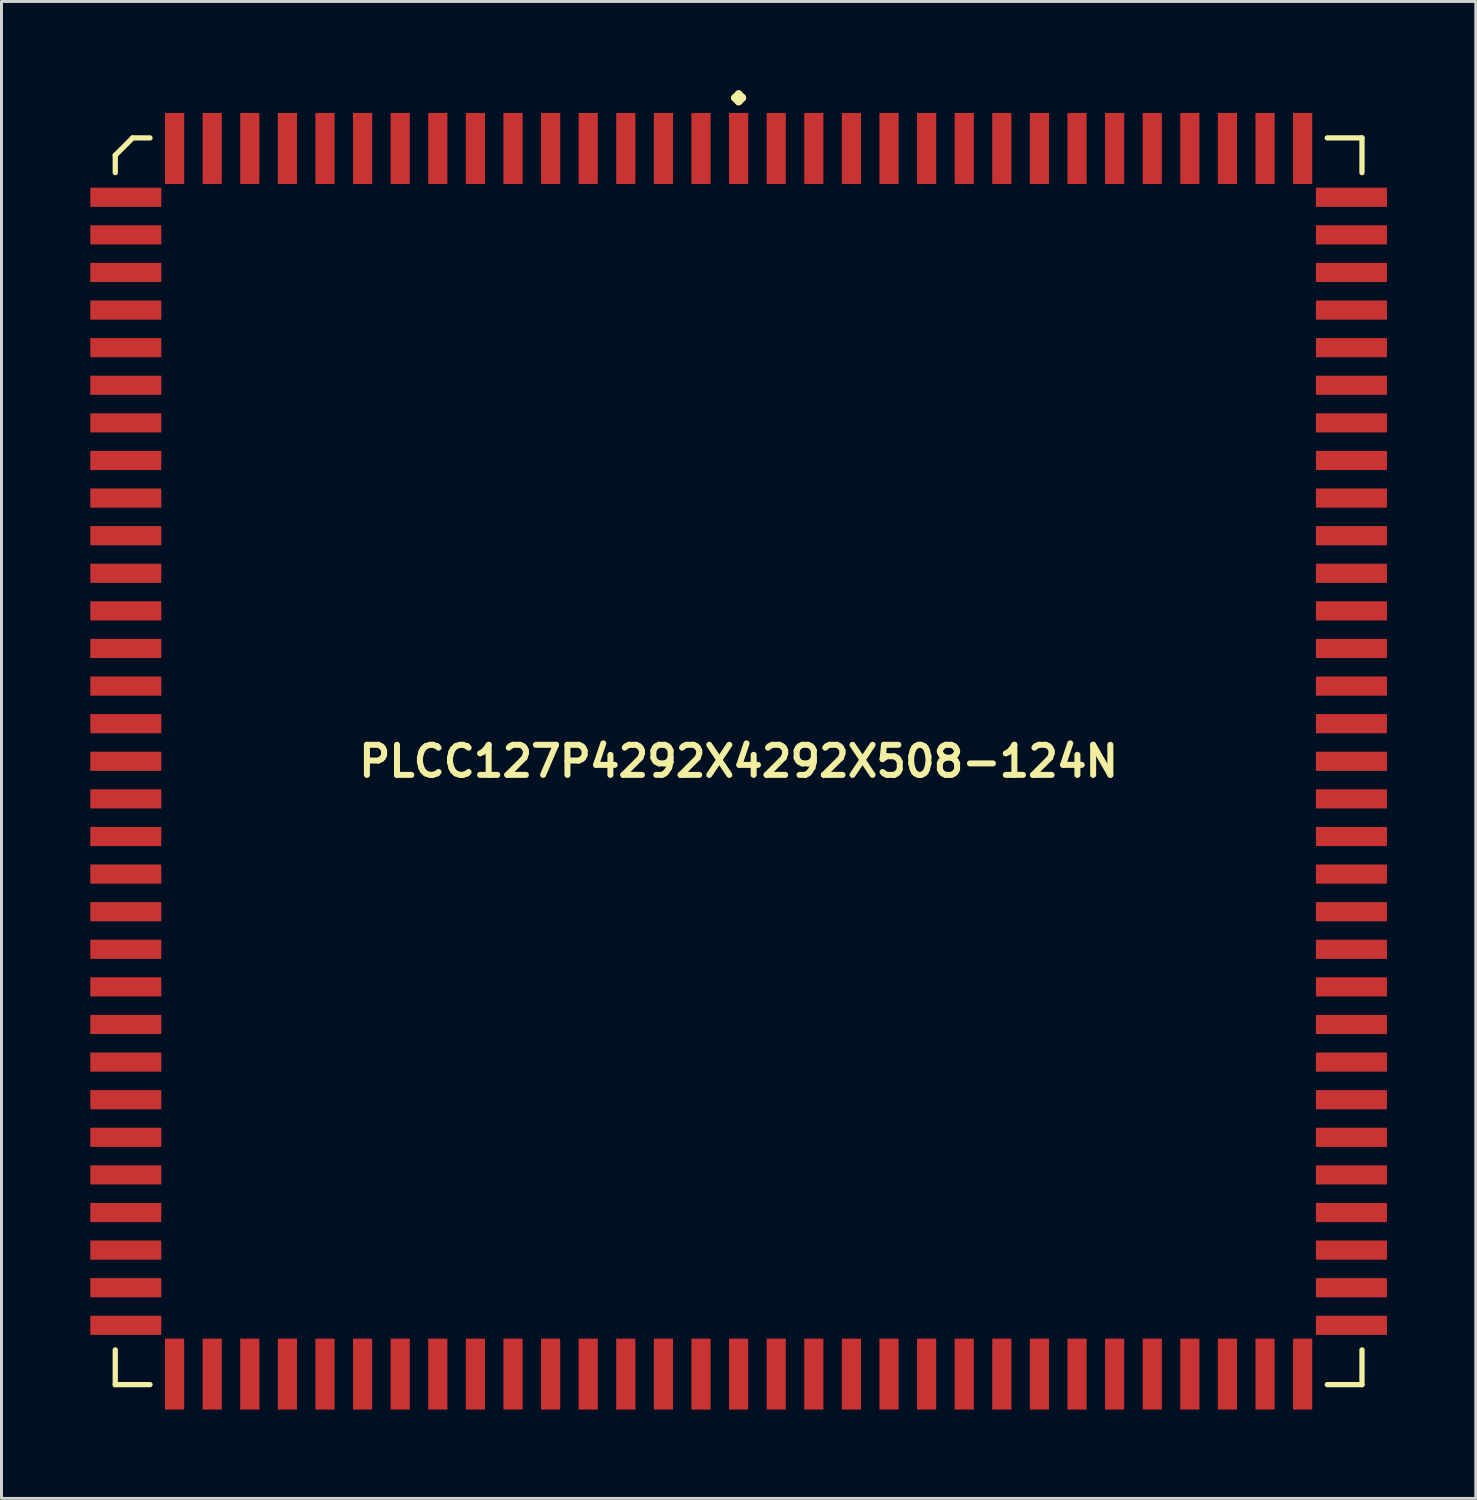
<source format=kicad_pcb>
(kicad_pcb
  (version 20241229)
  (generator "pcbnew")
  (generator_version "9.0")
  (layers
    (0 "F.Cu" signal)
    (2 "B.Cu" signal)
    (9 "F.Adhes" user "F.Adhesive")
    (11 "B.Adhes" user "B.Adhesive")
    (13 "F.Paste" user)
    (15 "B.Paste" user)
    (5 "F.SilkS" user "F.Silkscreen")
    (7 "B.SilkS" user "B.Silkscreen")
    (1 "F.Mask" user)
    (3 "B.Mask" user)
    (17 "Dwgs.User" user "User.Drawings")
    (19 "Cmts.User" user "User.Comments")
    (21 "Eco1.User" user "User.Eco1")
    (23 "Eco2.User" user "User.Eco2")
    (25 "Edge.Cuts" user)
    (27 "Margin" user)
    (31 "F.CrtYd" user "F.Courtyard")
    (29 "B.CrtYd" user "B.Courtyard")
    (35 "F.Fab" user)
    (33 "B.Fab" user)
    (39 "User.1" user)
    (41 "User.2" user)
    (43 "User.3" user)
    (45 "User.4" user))
  (footprint "PLCC127P4292X4292X508-124N"
    (layer "F.Cu")
    (at 21.897 22.662)
    (property "Reference" "PLCC127P4292X4292X508-124N" (at 0 0 0) (layer "F.SilkS") (effects (font (size 1.016 1.016) (thickness 0.203))))
    (attr smd)
    (fp_line (start -21.054 -20.467) (end -20.467 -21.054) (stroke (width 0.178) (type solid)) (layer "F.SilkS"))
    (fp_line (start -21.054 -19.881) (end -21.054 -20.467) (stroke (width 0.178) (type solid)) (layer "F.SilkS"))
    (fp_line (start -21.054 19.881) (end -21.054 21.054) (stroke (width 0.178) (type solid)) (layer "F.SilkS"))
    (fp_line (start -21.054 21.054) (end -19.881 21.054) (stroke (width 0.178) (type solid)) (layer "F.SilkS"))
    (fp_line (start -20.467 -21.054) (end -19.881 -21.054) (stroke (width 0.178) (type solid)) (layer "F.SilkS"))
    (fp_line (start -0.127 -22.408) (end 0 -22.535) (stroke (width 0.254) (type solid)) (layer "F.SilkS"))
    (fp_line (start 0 -22.535) (end 0.127 -22.408) (stroke (width 0.254) (type solid)) (layer "F.SilkS"))
    (fp_line (start 0 -22.281) (end -0.127 -22.408) (stroke (width 0.254) (type solid)) (layer "F.SilkS"))
    (fp_line (start 0.127 -22.408) (end 0 -22.281) (stroke (width 0.254) (type solid)) (layer "F.SilkS"))
    (fp_line (start 21.054 -21.054) (end 19.881 -21.054) (stroke (width 0.178) (type solid)) (layer "F.SilkS"))
    (fp_line (start 21.054 -19.881) (end 21.054 -21.054) (stroke (width 0.178) (type solid)) (layer "F.SilkS"))
    (fp_line (start 21.054 19.881) (end 21.054 21.054) (stroke (width 0.178) (type solid)) (layer "F.SilkS"))
    (fp_line (start 21.054 21.054) (end 19.881 21.054) (stroke (width 0.178) (type solid)) (layer "F.SilkS"))
    (pad "1" smd rect (at 0 -20.698) (size 0.648 2.398) (layers "F.Cu" "F.Mask" "F.Paste"))
    (pad "2" smd rect (at -1.27 -20.698) (size 0.648 2.398) (layers "F.Cu" "F.Mask" "F.Paste"))
    (pad "3" smd rect (at -2.54 -20.698) (size 0.648 2.398) (layers "F.Cu" "F.Mask" "F.Paste"))
    (pad "4" smd rect (at -3.81 -20.698) (size 0.648 2.398) (layers "F.Cu" "F.Mask" "F.Paste"))
    (pad "5" smd rect (at -5.08 -20.698) (size 0.648 2.398) (layers "F.Cu" "F.Mask" "F.Paste"))
    (pad "6" smd rect (at -6.35 -20.698) (size 0.648 2.398) (layers "F.Cu" "F.Mask" "F.Paste"))
    (pad "7" smd rect (at -7.62 -20.698) (size 0.648 2.398) (layers "F.Cu" "F.Mask" "F.Paste"))
    (pad "8" smd rect (at -8.89 -20.698) (size 0.648 2.398) (layers "F.Cu" "F.Mask" "F.Paste"))
    (pad "9" smd rect (at -10.16 -20.698) (size 0.648 2.398) (layers "F.Cu" "F.Mask" "F.Paste"))
    (pad "10" smd rect (at -11.43 -20.698) (size 0.648 2.398) (layers "F.Cu" "F.Mask" "F.Paste"))
    (pad "11" smd rect (at -12.7 -20.698) (size 0.648 2.398) (layers "F.Cu" "F.Mask" "F.Paste"))
    (pad "12" smd rect (at -13.97 -20.698) (size 0.648 2.398) (layers "F.Cu" "F.Mask" "F.Paste"))
    (pad "13" smd rect (at -15.24 -20.698) (size 0.648 2.398) (layers "F.Cu" "F.Mask" "F.Paste"))
    (pad "14" smd rect (at -16.51 -20.698) (size 0.648 2.398) (layers "F.Cu" "F.Mask" "F.Paste"))
    (pad "15" smd rect (at -17.78 -20.698) (size 0.648 2.398) (layers "F.Cu" "F.Mask" "F.Paste"))
    (pad "16" smd rect (at -19.05 -20.698) (size 0.648 2.398) (layers "F.Cu" "F.Mask" "F.Paste"))
    (pad "17" smd rect (at -20.698 -19.05) (size 2.398 0.648) (layers "F.Cu" "F.Mask" "F.Paste"))
    (pad "18" smd rect (at -20.698 -17.78) (size 2.398 0.648) (layers "F.Cu" "F.Mask" "F.Paste"))
    (pad "19" smd rect (at -20.698 -16.51) (size 2.398 0.648) (layers "F.Cu" "F.Mask" "F.Paste"))
    (pad "20" smd rect (at -20.698 -15.24) (size 2.398 0.648) (layers "F.Cu" "F.Mask" "F.Paste"))
    (pad "21" smd rect (at -20.698 -13.97) (size 2.398 0.648) (layers "F.Cu" "F.Mask" "F.Paste"))
    (pad "22" smd rect (at -20.698 -12.7) (size 2.398 0.648) (layers "F.Cu" "F.Mask" "F.Paste"))
    (pad "23" smd rect (at -20.698 -11.43) (size 2.398 0.648) (layers "F.Cu" "F.Mask" "F.Paste"))
    (pad "24" smd rect (at -20.698 -10.16) (size 2.398 0.648) (layers "F.Cu" "F.Mask" "F.Paste"))
    (pad "25" smd rect (at -20.698 -8.89) (size 2.398 0.648) (layers "F.Cu" "F.Mask" "F.Paste"))
    (pad "26" smd rect (at -20.698 -7.62) (size 2.398 0.648) (layers "F.Cu" "F.Mask" "F.Paste"))
    (pad "27" smd rect (at -20.698 -6.35) (size 2.398 0.648) (layers "F.Cu" "F.Mask" "F.Paste"))
    (pad "28" smd rect (at -20.698 -5.08) (size 2.398 0.648) (layers "F.Cu" "F.Mask" "F.Paste"))
    (pad "29" smd rect (at -20.698 -3.81) (size 2.398 0.648) (layers "F.Cu" "F.Mask" "F.Paste"))
    (pad "30" smd rect (at -20.698 -2.54) (size 2.398 0.648) (layers "F.Cu" "F.Mask" "F.Paste"))
    (pad "31" smd rect (at -20.698 -1.27) (size 2.398 0.648) (layers "F.Cu" "F.Mask" "F.Paste"))
    (pad "32" smd rect (at -20.698 0) (size 2.398 0.648) (layers "F.Cu" "F.Mask" "F.Paste"))
    (pad "33" smd rect (at -20.698 1.27) (size 2.398 0.648) (layers "F.Cu" "F.Mask" "F.Paste"))
    (pad "34" smd rect (at -20.698 2.54) (size 2.398 0.648) (layers "F.Cu" "F.Mask" "F.Paste"))
    (pad "35" smd rect (at -20.698 3.81) (size 2.398 0.648) (layers "F.Cu" "F.Mask" "F.Paste"))
    (pad "36" smd rect (at -20.698 5.08) (size 2.398 0.648) (layers "F.Cu" "F.Mask" "F.Paste"))
    (pad "37" smd rect (at -20.698 6.35) (size 2.398 0.648) (layers "F.Cu" "F.Mask" "F.Paste"))
    (pad "38" smd rect (at -20.698 7.62) (size 2.398 0.648) (layers "F.Cu" "F.Mask" "F.Paste"))
    (pad "39" smd rect (at -20.698 8.89) (size 2.398 0.648) (layers "F.Cu" "F.Mask" "F.Paste"))
    (pad "40" smd rect (at -20.698 10.16) (size 2.398 0.648) (layers "F.Cu" "F.Mask" "F.Paste"))
    (pad "41" smd rect (at -20.698 11.43) (size 2.398 0.648) (layers "F.Cu" "F.Mask" "F.Paste"))
    (pad "42" smd rect (at -20.698 12.7) (size 2.398 0.648) (layers "F.Cu" "F.Mask" "F.Paste"))
    (pad "43" smd rect (at -20.698 13.97) (size 2.398 0.648) (layers "F.Cu" "F.Mask" "F.Paste"))
    (pad "44" smd rect (at -20.698 15.24) (size 2.398 0.648) (layers "F.Cu" "F.Mask" "F.Paste"))
    (pad "45" smd rect (at -20.698 16.51) (size 2.398 0.648) (layers "F.Cu" "F.Mask" "F.Paste"))
    (pad "46" smd rect (at -20.698 17.78) (size 2.398 0.648) (layers "F.Cu" "F.Mask" "F.Paste"))
    (pad "47" smd rect (at -20.698 19.05) (size 2.398 0.648) (layers "F.Cu" "F.Mask" "F.Paste"))
    (pad "48" smd rect (at -19.05 20.698) (size 0.648 2.398) (layers "F.Cu" "F.Mask" "F.Paste"))
    (pad "49" smd rect (at -17.78 20.698) (size 0.648 2.398) (layers "F.Cu" "F.Mask" "F.Paste"))
    (pad "50" smd rect (at -16.51 20.698) (size 0.648 2.398) (layers "F.Cu" "F.Mask" "F.Paste"))
    (pad "51" smd rect (at -15.24 20.698) (size 0.648 2.398) (layers "F.Cu" "F.Mask" "F.Paste"))
    (pad "52" smd rect (at -13.97 20.698) (size 0.648 2.398) (layers "F.Cu" "F.Mask" "F.Paste"))
    (pad "53" smd rect (at -12.7 20.698) (size 0.648 2.398) (layers "F.Cu" "F.Mask" "F.Paste"))
    (pad "54" smd rect (at -11.43 20.698) (size 0.648 2.398) (layers "F.Cu" "F.Mask" "F.Paste"))
    (pad "55" smd rect (at -10.16 20.698) (size 0.648 2.398) (layers "F.Cu" "F.Mask" "F.Paste"))
    (pad "56" smd rect (at -8.89 20.698) (size 0.648 2.398) (layers "F.Cu" "F.Mask" "F.Paste"))
    (pad "57" smd rect (at -7.62 20.698) (size 0.648 2.398) (layers "F.Cu" "F.Mask" "F.Paste"))
    (pad "58" smd rect (at -6.35 20.698) (size 0.648 2.398) (layers "F.Cu" "F.Mask" "F.Paste"))
    (pad "59" smd rect (at -5.08 20.698) (size 0.648 2.398) (layers "F.Cu" "F.Mask" "F.Paste"))
    (pad "60" smd rect (at -3.81 20.698) (size 0.648 2.398) (layers "F.Cu" "F.Mask" "F.Paste"))
    (pad "61" smd rect (at -2.54 20.698) (size 0.648 2.398) (layers "F.Cu" "F.Mask" "F.Paste"))
    (pad "62" smd rect (at -1.27 20.698) (size 0.648 2.398) (layers "F.Cu" "F.Mask" "F.Paste"))
    (pad "63" smd rect (at 0 20.698) (size 0.648 2.398) (layers "F.Cu" "F.Mask" "F.Paste"))
    (pad "64" smd rect (at 1.27 20.698) (size 0.648 2.398) (layers "F.Cu" "F.Mask" "F.Paste"))
    (pad "65" smd rect (at 2.54 20.698) (size 0.648 2.398) (layers "F.Cu" "F.Mask" "F.Paste"))
    (pad "66" smd rect (at 3.81 20.698) (size 0.648 2.398) (layers "F.Cu" "F.Mask" "F.Paste"))
    (pad "67" smd rect (at 5.08 20.698) (size 0.648 2.398) (layers "F.Cu" "F.Mask" "F.Paste"))
    (pad "68" smd rect (at 6.35 20.698) (size 0.648 2.398) (layers "F.Cu" "F.Mask" "F.Paste"))
    (pad "69" smd rect (at 7.62 20.698) (size 0.648 2.398) (layers "F.Cu" "F.Mask" "F.Paste"))
    (pad "70" smd rect (at 8.89 20.698) (size 0.648 2.398) (layers "F.Cu" "F.Mask" "F.Paste"))
    (pad "71" smd rect (at 10.16 20.698) (size 0.648 2.398) (layers "F.Cu" "F.Mask" "F.Paste"))
    (pad "72" smd rect (at 11.43 20.698) (size 0.648 2.398) (layers "F.Cu" "F.Mask" "F.Paste"))
    (pad "73" smd rect (at 12.7 20.698) (size 0.648 2.398) (layers "F.Cu" "F.Mask" "F.Paste"))
    (pad "74" smd rect (at 13.97 20.698) (size 0.648 2.398) (layers "F.Cu" "F.Mask" "F.Paste"))
    (pad "75" smd rect (at 15.24 20.698) (size 0.648 2.398) (layers "F.Cu" "F.Mask" "F.Paste"))
    (pad "76" smd rect (at 16.51 20.698) (size 0.648 2.398) (layers "F.Cu" "F.Mask" "F.Paste"))
    (pad "77" smd rect (at 17.78 20.698) (size 0.648 2.398) (layers "F.Cu" "F.Mask" "F.Paste"))
    (pad "78" smd rect (at 19.05 20.698) (size 0.648 2.398) (layers "F.Cu" "F.Mask" "F.Paste"))
    (pad "79" smd rect (at 20.698 19.05) (size 2.398 0.648) (layers "F.Cu" "F.Mask" "F.Paste"))
    (pad "80" smd rect (at 20.698 17.78) (size 2.398 0.648) (layers "F.Cu" "F.Mask" "F.Paste"))
    (pad "81" smd rect (at 20.698 16.51) (size 2.398 0.648) (layers "F.Cu" "F.Mask" "F.Paste"))
    (pad "82" smd rect (at 20.698 15.24) (size 2.398 0.648) (layers "F.Cu" "F.Mask" "F.Paste"))
    (pad "83" smd rect (at 20.698 13.97) (size 2.398 0.648) (layers "F.Cu" "F.Mask" "F.Paste"))
    (pad "84" smd rect (at 20.698 12.7) (size 2.398 0.648) (layers "F.Cu" "F.Mask" "F.Paste"))
    (pad "85" smd rect (at 20.698 11.43) (size 2.398 0.648) (layers "F.Cu" "F.Mask" "F.Paste"))
    (pad "86" smd rect (at 20.698 10.16) (size 2.398 0.648) (layers "F.Cu" "F.Mask" "F.Paste"))
    (pad "87" smd rect (at 20.698 8.89) (size 2.398 0.648) (layers "F.Cu" "F.Mask" "F.Paste"))
    (pad "88" smd rect (at 20.698 7.62) (size 2.398 0.648) (layers "F.Cu" "F.Mask" "F.Paste"))
    (pad "89" smd rect (at 20.698 6.35) (size 2.398 0.648) (layers "F.Cu" "F.Mask" "F.Paste"))
    (pad "90" smd rect (at 20.698 5.08) (size 2.398 0.648) (layers "F.Cu" "F.Mask" "F.Paste"))
    (pad "91" smd rect (at 20.698 3.81) (size 2.398 0.648) (layers "F.Cu" "F.Mask" "F.Paste"))
    (pad "92" smd rect (at 20.698 2.54) (size 2.398 0.648) (layers "F.Cu" "F.Mask" "F.Paste"))
    (pad "93" smd rect (at 20.698 1.27) (size 2.398 0.648) (layers "F.Cu" "F.Mask" "F.Paste"))
    (pad "94" smd rect (at 20.698 0) (size 2.398 0.648) (layers "F.Cu" "F.Mask" "F.Paste"))
    (pad "95" smd rect (at 20.698 -1.27) (size 2.398 0.648) (layers "F.Cu" "F.Mask" "F.Paste"))
    (pad "96" smd rect (at 20.698 -2.54) (size 2.398 0.648) (layers "F.Cu" "F.Mask" "F.Paste"))
    (pad "97" smd rect (at 20.698 -3.81) (size 2.398 0.648) (layers "F.Cu" "F.Mask" "F.Paste"))
    (pad "98" smd rect (at 20.698 -5.08) (size 2.398 0.648) (layers "F.Cu" "F.Mask" "F.Paste"))
    (pad "99" smd rect (at 20.698 -6.35) (size 2.398 0.648) (layers "F.Cu" "F.Mask" "F.Paste"))
    (pad "100" smd rect (at 20.698 -7.62) (size 2.398 0.648) (layers "F.Cu" "F.Mask" "F.Paste"))
    (pad "101" smd rect (at 20.698 -8.89) (size 2.398 0.648) (layers "F.Cu" "F.Mask" "F.Paste"))
    (pad "102" smd rect (at 20.698 -10.16) (size 2.398 0.648) (layers "F.Cu" "F.Mask" "F.Paste"))
    (pad "103" smd rect (at 20.698 -11.43) (size 2.398 0.648) (layers "F.Cu" "F.Mask" "F.Paste"))
    (pad "104" smd rect (at 20.698 -12.7) (size 2.398 0.648) (layers "F.Cu" "F.Mask" "F.Paste"))
    (pad "105" smd rect (at 20.698 -13.97) (size 2.398 0.648) (layers "F.Cu" "F.Mask" "F.Paste"))
    (pad "106" smd rect (at 20.698 -15.24) (size 2.398 0.648) (layers "F.Cu" "F.Mask" "F.Paste"))
    (pad "107" smd rect (at 20.698 -16.51) (size 2.398 0.648) (layers "F.Cu" "F.Mask" "F.Paste"))
    (pad "108" smd rect (at 20.698 -17.78) (size 2.398 0.648) (layers "F.Cu" "F.Mask" "F.Paste"))
    (pad "109" smd rect (at 20.698 -19.05) (size 2.398 0.648) (layers "F.Cu" "F.Mask" "F.Paste"))
    (pad "110" smd rect (at 19.05 -20.698) (size 0.648 2.398) (layers "F.Cu" "F.Mask" "F.Paste"))
    (pad "111" smd rect (at 17.78 -20.698) (size 0.648 2.398) (layers "F.Cu" "F.Mask" "F.Paste"))
    (pad "112" smd rect (at 16.51 -20.698) (size 0.648 2.398) (layers "F.Cu" "F.Mask" "F.Paste"))
    (pad "113" smd rect (at 15.24 -20.698) (size 0.648 2.398) (layers "F.Cu" "F.Mask" "F.Paste"))
    (pad "114" smd rect (at 13.97 -20.698) (size 0.648 2.398) (layers "F.Cu" "F.Mask" "F.Paste"))
    (pad "115" smd rect (at 12.7 -20.698) (size 0.648 2.398) (layers "F.Cu" "F.Mask" "F.Paste"))
    (pad "116" smd rect (at 11.43 -20.698) (size 0.648 2.398) (layers "F.Cu" "F.Mask" "F.Paste"))
    (pad "117" smd rect (at 10.16 -20.698) (size 0.648 2.398) (layers "F.Cu" "F.Mask" "F.Paste"))
    (pad "118" smd rect (at 8.89 -20.698) (size 0.648 2.398) (layers "F.Cu" "F.Mask" "F.Paste"))
    (pad "119" smd rect (at 7.62 -20.698) (size 0.648 2.398) (layers "F.Cu" "F.Mask" "F.Paste"))
    (pad "120" smd rect (at 6.35 -20.698) (size 0.648 2.398) (layers "F.Cu" "F.Mask" "F.Paste"))
    (pad "121" smd rect (at 5.08 -20.698) (size 0.648 2.398) (layers "F.Cu" "F.Mask" "F.Paste"))
    (pad "122" smd rect (at 3.81 -20.698) (size 0.648 2.398) (layers "F.Cu" "F.Mask" "F.Paste"))
    (pad "123" smd rect (at 2.54 -20.698) (size 0.648 2.398) (layers "F.Cu" "F.Mask" "F.Paste"))
    (pad "124" smd rect (at 1.27 -20.698) (size 0.648 2.398) (layers "F.Cu" "F.Mask" "F.Paste")))
  (gr_rect
    (start -3 -3)
    (end 46.795 47.559)
    (stroke (width 0.1) (type default))
    (fill no)
    (layer "Edge.Cuts")))
</source>
